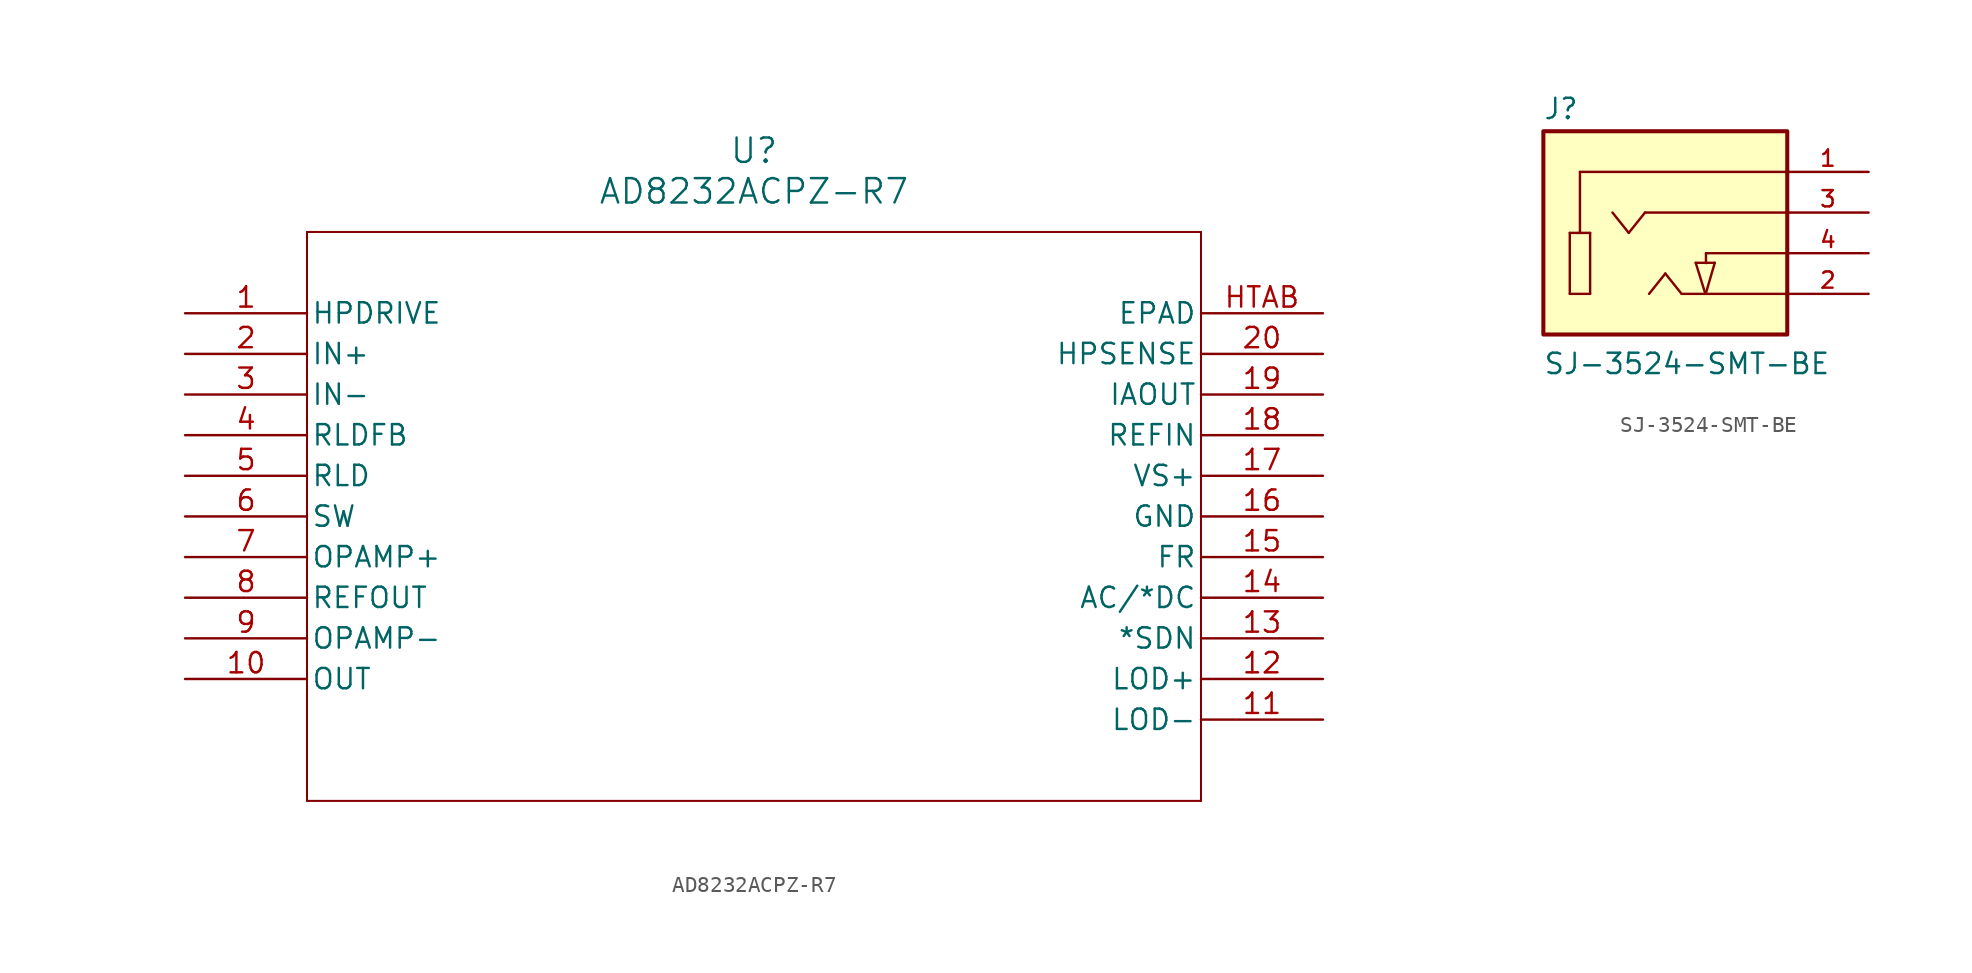
<source format=kicad_sym>
(kicad_symbol_lib
  (version 20231120)
  (generator "kicad_symbol_editor")
  (generator_version "8.0")
  (symbol "AD8232ACPZ-R7"
    (pin_names
      (offset 0.254))
    (property "Reference" "U"
      (at 35.56 10.16 0)
      (effects (font (size 1.524 1.524))))
    (property "Value" "AD8232ACPZ-R7"
      (at 35.56 7.62 0)
      (effects (font (size 1.524 1.524))))
    (property "ki_locked" ""
      (at 0 0 0)
      (effects (font (size 1.27 1.27))))
    (symbol "AD8232ACPZ-R7_0_1"
      (polyline (pts (xy 7.62 -30.48) (xy 63.5 -30.48)) (stroke (width 0.127) (type default)) (fill (type none)))
      (polyline (pts (xy 7.62 5.08) (xy 7.62 -30.48)) (stroke (width 0.127) (type default)) (fill (type none)))
      (polyline (pts (xy 63.5 -30.48) (xy 63.5 5.08)) (stroke (width 0.127) (type default)) (fill (type none)))
      (polyline (pts (xy 63.5 5.08) (xy 7.62 5.08)) (stroke (width 0.127) (type default)) (fill (type none)))
      (pin output line (at 0 0 0) (length 7.62) (name "HPDRIVE" (effects (font (size 1.27 1.27)))) (number "1" (effects (font (size 1.27 1.27)))))
      (pin output line (at 0 -22.86 0) (length 7.62) (name "OUT" (effects (font (size 1.27 1.27)))) (number "10" (effects (font (size 1.27 1.27)))))
      (pin output line (at 71.12 -25.4 180) (length 7.62) (name "LOD-" (effects (font (size 1.27 1.27)))) (number "11" (effects (font (size 1.27 1.27)))))
      (pin output line (at 71.12 -22.86 180) (length 7.62) (name "LOD+" (effects (font (size 1.27 1.27)))) (number "12" (effects (font (size 1.27 1.27)))))
      (pin input line (at 71.12 -20.32 180) (length 7.62) (name "*SDN" (effects (font (size 1.27 1.27)))) (number "13" (effects (font (size 1.27 1.27)))))
      (pin input line (at 71.12 -17.78 180) (length 7.62) (name "AC/*DC" (effects (font (size 1.27 1.27)))) (number "14" (effects (font (size 1.27 1.27)))))
      (pin input line (at 71.12 -15.24 180) (length 7.62) (name "FR" (effects (font (size 1.27 1.27)))) (number "15" (effects (font (size 1.27 1.27)))))
      (pin power_in line (at 71.12 -12.7 180) (length 7.62) (name "GND" (effects (font (size 1.27 1.27)))) (number "16" (effects (font (size 1.27 1.27)))))
      (pin power_in line (at 71.12 -10.16 180) (length 7.62) (name "VS+" (effects (font (size 1.27 1.27)))) (number "17" (effects (font (size 1.27 1.27)))))
      (pin input line (at 71.12 -7.62 180) (length 7.62) (name "REFIN" (effects (font (size 1.27 1.27)))) (number "18" (effects (font (size 1.27 1.27)))))
      (pin output line (at 71.12 -5.08 180) (length 7.62) (name "IAOUT" (effects (font (size 1.27 1.27)))) (number "19" (effects (font (size 1.27 1.27)))))
      (pin input line (at 0 -2.54 0) (length 7.62) (name "IN+" (effects (font (size 1.27 1.27)))) (number "2" (effects (font (size 1.27 1.27)))))
      (pin input line (at 71.12 -2.54 180) (length 7.62) (name "HPSENSE" (effects (font (size 1.27 1.27)))) (number "20" (effects (font (size 1.27 1.27)))))
      (pin input line (at 0 -5.08 0) (length 7.62) (name "IN-" (effects (font (size 1.27 1.27)))) (number "3" (effects (font (size 1.27 1.27)))))
      (pin input line (at 0 -7.62 0) (length 7.62) (name "RLDFB" (effects (font (size 1.27 1.27)))) (number "4" (effects (font (size 1.27 1.27)))))
      (pin output line (at 0 -10.16 0) (length 7.62) (name "RLD" (effects (font (size 1.27 1.27)))) (number "5" (effects (font (size 1.27 1.27)))))
      (pin output line (at 0 -12.7 0) (length 7.62) (name "SW" (effects (font (size 1.27 1.27)))) (number "6" (effects (font (size 1.27 1.27)))))
      (pin input line (at 0 -15.24 0) (length 7.62) (name "OPAMP+" (effects (font (size 1.27 1.27)))) (number "7" (effects (font (size 1.27 1.27)))))
      (pin output line (at 0 -17.78 0) (length 7.62) (name "REFOUT" (effects (font (size 1.27 1.27)))) (number "8" (effects (font (size 1.27 1.27)))))
      (pin input line (at 0 -20.32 0) (length 7.62) (name "OPAMP-" (effects (font (size 1.27 1.27)))) (number "9" (effects (font (size 1.27 1.27)))))
      (pin unspecified line (at 71.12 0 180) (length 7.62) (name "EPAD" (effects (font (size 1.27 1.27)))) (number "HTAB" (effects (font (size 1.27 1.27)))))))
  (symbol "SJ-3524-SMT-BE"
    (pin_names
      (offset 1.016))
    (property "Reference" "J"
      (at -7.643 8.281 0)
      (effects (font (size 1.27 1.27)) (justify left bottom)))
    (property "Value" "SJ-3524-SMT-BE"
      (at -7.641 -7.65 0)
      (effects (font (size 1.27 1.27)) (justify left bottom)))
    (symbol "SJ-3524-SMT-BE_0_0"
      (rectangle (start -7.62 -5.08) (end 7.62 7.62) (stroke (width 0.254) (type default)) (fill (type background)))
      (polyline (pts (xy -5.969 -2.54) (xy -4.699 -2.54)) (stroke (width 0.152) (type default)) (fill (type none)))
      (polyline (pts (xy -5.969 1.27) (xy -5.969 -2.54)) (stroke (width 0.152) (type default)) (fill (type none)))
      (polyline (pts (xy -5.334 1.27) (xy -5.969 1.27)) (stroke (width 0.152) (type default)) (fill (type none)))
      (polyline (pts (xy -5.334 1.27) (xy -5.334 5.08)) (stroke (width 0.152) (type default)) (fill (type none)))
      (polyline (pts (xy -5.334 5.08) (xy 7.62 5.08)) (stroke (width 0.152) (type default)) (fill (type none)))
      (polyline (pts (xy -4.699 -2.54) (xy -4.699 1.27)) (stroke (width 0.152) (type default)) (fill (type none)))
      (polyline (pts (xy -4.699 1.27) (xy -5.334 1.27)) (stroke (width 0.152) (type default)) (fill (type none)))
      (polyline (pts (xy -2.286 1.27) (xy -3.302 2.54)) (stroke (width 0.152) (type default)) (fill (type none)))
      (polyline (pts (xy -1.27 2.54) (xy -2.286 1.27)) (stroke (width 0.152) (type default)) (fill (type none)))
      (polyline (pts (xy -1.016 -2.54) (xy 0 -1.27)) (stroke (width 0.152) (type default)) (fill (type none)))
      (polyline (pts (xy 0 -1.27) (xy 1.016 -2.54)) (stroke (width 0.152) (type default)) (fill (type none)))
      (polyline (pts (xy 1.9 -0.6) (xy 2.5 -2.53)) (stroke (width 0.152) (type default)) (fill (type none)))
      (polyline (pts (xy 1.9 -0.6) (xy 3.09 -0.6)) (stroke (width 0.152) (type default)) (fill (type none)))
      (polyline (pts (xy 2.53 -2.52) (xy 2.53 -2.53)) (stroke (width 0.152) (type default)) (fill (type none)))
      (polyline (pts (xy 2.54 0) (xy 2.54 -0.62)) (stroke (width 0.152) (type default)) (fill (type none)))
      (polyline (pts (xy 2.54 0) (xy 7.62 0)) (stroke (width 0.152) (type default)) (fill (type none)))
      (polyline (pts (xy 3.09 -0.6) (xy 2.53 -2.52)) (stroke (width 0.152) (type default)) (fill (type none)))
      (polyline (pts (xy 7.62 -2.54) (xy 1.016 -2.54)) (stroke (width 0.152) (type default)) (fill (type none)))
      (polyline (pts (xy 7.62 2.54) (xy -1.27 2.54)) (stroke (width 0.152) (type default)) (fill (type none)))
      (pin passive line (at 12.7 5.08 180) (length 5.08) (name "~" (effects (font (size 1.016 1.016)))) (number "1" (effects (font (size 1.016 1.016)))))
      (pin passive line (at 12.7 -2.54 180) (length 5.08) (name "~" (effects (font (size 1.016 1.016)))) (number "2" (effects (font (size 1.016 1.016)))))
      (pin passive line (at 12.7 2.54 180) (length 5.08) (name "~" (effects (font (size 1.016 1.016)))) (number "3" (effects (font (size 1.016 1.016)))))
      (pin passive line (at 12.7 0 180) (length 5.08) (name "~" (effects (font (size 1.016 1.016)))) (number "4" (effects (font (size 1.016 1.016))))))))
</source>
